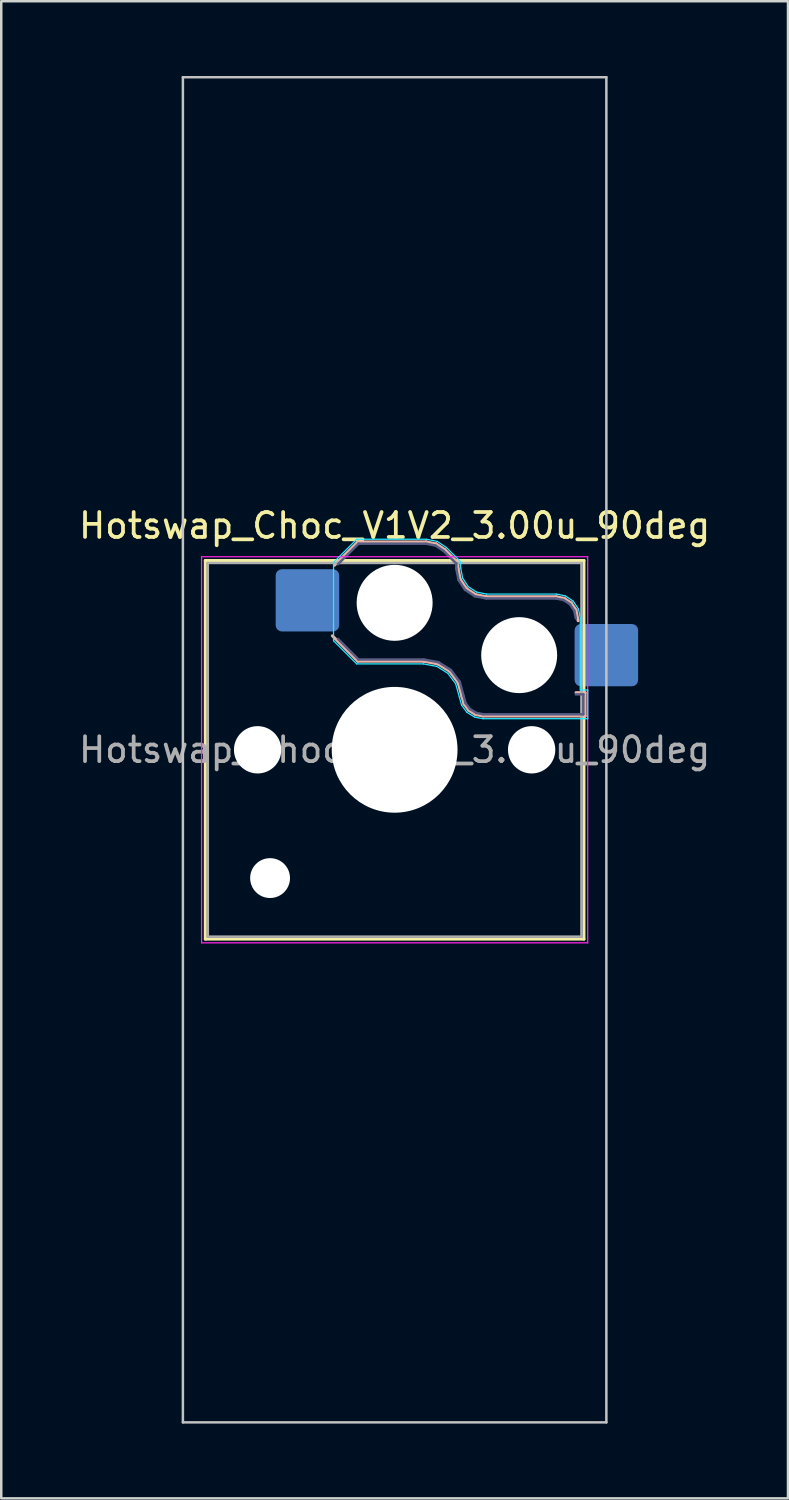
<source format=kicad_pcb>
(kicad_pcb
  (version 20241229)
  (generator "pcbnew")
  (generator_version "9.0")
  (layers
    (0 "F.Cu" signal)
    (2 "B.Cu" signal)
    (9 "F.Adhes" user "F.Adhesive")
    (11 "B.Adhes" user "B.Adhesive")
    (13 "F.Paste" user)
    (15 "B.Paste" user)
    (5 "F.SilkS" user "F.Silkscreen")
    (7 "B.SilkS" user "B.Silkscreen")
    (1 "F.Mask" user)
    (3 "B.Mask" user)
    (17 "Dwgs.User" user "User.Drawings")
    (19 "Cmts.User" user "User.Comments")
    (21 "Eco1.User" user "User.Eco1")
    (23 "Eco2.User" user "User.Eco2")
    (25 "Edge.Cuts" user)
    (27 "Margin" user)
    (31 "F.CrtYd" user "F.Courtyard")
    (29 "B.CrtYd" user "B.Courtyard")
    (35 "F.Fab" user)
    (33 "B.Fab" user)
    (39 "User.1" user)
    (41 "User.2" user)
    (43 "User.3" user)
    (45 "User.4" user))
  (footprint "Hotswap_Choc_V1V2_3.00u_90deg"
    (layer "F.Cu")
    (at 12.792 27.05)
    (property "Reference" "Hotswap_Choc_V1V2_3.00u_90deg" (at 0 -9 0) (layer "F.SilkS") (effects (font (size 1 1) (thickness 0.15))))
    (attr smd)
    (fp_line (start -7.6 -7.6) (end -7.6 7.6) (stroke (width 0.12) (type solid)) (layer "F.SilkS"))
    (fp_line (start -7.6 7.6) (end 7.6 7.6) (stroke (width 0.12) (type solid)) (layer "F.SilkS"))
    (fp_line (start 7.6 -7.6) (end -7.6 -7.6) (stroke (width 0.12) (type solid)) (layer "F.SilkS"))
    (fp_line (start 7.6 7.6) (end 7.6 -7.6) (stroke (width 0.12) (type solid)) (layer "F.SilkS"))
    (fp_line (start -2.416 -7.409) (end -1.479 -8.346) (stroke (width 0.12) (type solid)) (layer "B.SilkS"))
    (fp_line (start -1.479 -8.346) (end 1.268 -8.346) (stroke (width 0.12) (type solid)) (layer "B.SilkS"))
    (fp_line (start -1.479 -3.554) (end -2.5 -4.575) (stroke (width 0.12) (type solid)) (layer "B.SilkS"))
    (fp_line (start 1.168 -3.554) (end -1.479 -3.554) (stroke (width 0.12) (type solid)) (layer "B.SilkS"))
    (fp_line (start 1.268 -8.346) (end 1.671 -8.266) (stroke (width 0.12) (type solid)) (layer "B.SilkS"))
    (fp_line (start 1.671 -8.266) (end 2.013 -8.037) (stroke (width 0.12) (type solid)) (layer "B.SilkS"))
    (fp_line (start 1.73 -3.449) (end 1.168 -3.554) (stroke (width 0.12) (type solid)) (layer "B.SilkS"))
    (fp_line (start 2.013 -8.037) (end 2.546 -7.504) (stroke (width 0.12) (type solid)) (layer "B.SilkS"))
    (fp_line (start 2.209 -3.15) (end 1.73 -3.449) (stroke (width 0.12) (type solid)) (layer "B.SilkS"))
    (fp_line (start 2.546 -7.504) (end 2.546 -7.282) (stroke (width 0.12) (type solid)) (layer "B.SilkS"))
    (fp_line (start 2.546 -7.282) (end 2.633 -6.844) (stroke (width 0.12) (type solid)) (layer "B.SilkS"))
    (fp_line (start 2.547 -2.697) (end 2.209 -3.15) (stroke (width 0.12) (type solid)) (layer "B.SilkS"))
    (fp_line (start 2.633 -6.844) (end 2.877 -6.477) (stroke (width 0.12) (type solid)) (layer "B.SilkS"))
    (fp_line (start 2.701 -2.139) (end 2.547 -2.697) (stroke (width 0.12) (type solid)) (layer "B.SilkS"))
    (fp_line (start 2.783 -1.841) (end 2.701 -2.139) (stroke (width 0.12) (type solid)) (layer "B.SilkS"))
    (fp_line (start 2.877 -6.477) (end 3.244 -6.233) (stroke (width 0.12) (type solid)) (layer "B.SilkS"))
    (fp_line (start 2.976 -1.583) (end 2.783 -1.841) (stroke (width 0.12) (type solid)) (layer "B.SilkS"))
    (fp_line (start 3.244 -6.233) (end 3.682 -6.146) (stroke (width 0.12) (type solid)) (layer "B.SilkS"))
    (fp_line (start 3.25 -1.413) (end 2.976 -1.583) (stroke (width 0.12) (type solid)) (layer "B.SilkS"))
    (fp_line (start 3.56 -1.354) (end 3.25 -1.413) (stroke (width 0.12) (type solid)) (layer "B.SilkS"))
    (fp_line (start 3.682 -6.146) (end 6.482 -6.146) (stroke (width 0.12) (type solid)) (layer "B.SilkS"))
    (fp_line (start 6.482 -6.146) (end 6.809 -6.081) (stroke (width 0.12) (type solid)) (layer "B.SilkS"))
    (fp_line (start 6.809 -6.081) (end 7.092 -5.892) (stroke (width 0.12) (type solid)) (layer "B.SilkS"))
    (fp_line (start 7.092 -5.892) (end 7.281 -5.609) (stroke (width 0.12) (type solid)) (layer "B.SilkS"))
    (fp_line (start 7.281 -5.609) (end 7.366 -5.182) (stroke (width 0.12) (type solid)) (layer "B.SilkS"))
    (fp_line (start 7.283 -2.296) (end 7.646 -2.296) (stroke (width 0.12) (type solid)) (layer "B.SilkS"))
    (fp_line (start 7.646 -2.296) (end 7.646 -1.354) (stroke (width 0.12) (type solid)) (layer "B.SilkS"))
    (fp_line (start 7.646 -1.354) (end 3.56 -1.354) (stroke (width 0.12) (type solid)) (layer "B.SilkS"))
    (fp_line (start -8.5 -27) (end 8.5 -27) (stroke (width 0.1) (type solid)) (layer "Dwgs.User"))
    (fp_line (start -8.5 27) (end -8.5 -27) (stroke (width 0.1) (type solid)) (layer "Dwgs.User"))
    (fp_line (start 8.5 -27) (end 8.5 27) (stroke (width 0.1) (type solid)) (layer "Dwgs.User"))
    (fp_line (start 8.5 27) (end -8.5 27) (stroke (width 0.1) (type solid)) (layer "Dwgs.User"))
    (fp_line (start -7.25 -7.25) (end -7.25 7.25) (stroke (width 0.1) (type solid)) (layer "Eco1.User"))
    (fp_line (start -7.25 7.25) (end 7.25 7.25) (stroke (width 0.1) (type solid)) (layer "Eco1.User"))
    (fp_line (start 7.25 -7.25) (end -7.25 -7.25) (stroke (width 0.1) (type solid)) (layer "Eco1.User"))
    (fp_line (start 7.25 7.25) (end 7.25 -7.25) (stroke (width 0.1) (type solid)) (layer "Eco1.User"))
    (fp_line (start -2.452 -7.523) (end -1.523 -8.452) (stroke (width 0.05) (type solid)) (layer "B.CrtYd"))
    (fp_line (start -2.452 -4.377) (end -2.452 -7.523) (stroke (width 0.05) (type solid)) (layer "B.CrtYd"))
    (fp_line (start -1.523 -8.452) (end 1.278 -8.452) (stroke (width 0.05) (type solid)) (layer "B.CrtYd"))
    (fp_line (start -1.523 -3.448) (end -2.452 -4.377) (stroke (width 0.05) (type solid)) (layer "B.CrtYd"))
    (fp_line (start 1.159 -3.448) (end -1.523 -3.448) (stroke (width 0.05) (type solid)) (layer "B.CrtYd"))
    (fp_line (start 1.278 -8.452) (end 1.712 -8.366) (stroke (width 0.05) (type solid)) (layer "B.CrtYd"))
    (fp_line (start 1.691 -3.348) (end 1.159 -3.448) (stroke (width 0.05) (type solid)) (layer "B.CrtYd"))
    (fp_line (start 1.712 -8.366) (end 2.081 -8.119) (stroke (width 0.05) (type solid)) (layer "B.CrtYd"))
    (fp_line (start 2.081 -8.119) (end 2.652 -7.548) (stroke (width 0.05) (type solid)) (layer "B.CrtYd"))
    (fp_line (start 2.136 -3.071) (end 1.691 -3.348) (stroke (width 0.05) (type solid)) (layer "B.CrtYd"))
    (fp_line (start 2.45 -2.65) (end 2.136 -3.071) (stroke (width 0.05) (type solid)) (layer "B.CrtYd"))
    (fp_line (start 2.599 -2.111) (end 2.45 -2.65) (stroke (width 0.05) (type solid)) (layer "B.CrtYd"))
    (fp_line (start 2.652 -7.548) (end 2.652 -7.292) (stroke (width 0.05) (type solid)) (layer "B.CrtYd"))
    (fp_line (start 2.652 -7.292) (end 2.733 -6.885) (stroke (width 0.05) (type solid)) (layer "B.CrtYd"))
    (fp_line (start 2.687 -1.794) (end 2.599 -2.111) (stroke (width 0.05) (type solid)) (layer "B.CrtYd"))
    (fp_line (start 2.733 -6.885) (end 2.953 -6.553) (stroke (width 0.05) (type solid)) (layer "B.CrtYd"))
    (fp_line (start 2.903 -1.503) (end 2.687 -1.794) (stroke (width 0.05) (type solid)) (layer "B.CrtYd"))
    (fp_line (start 2.953 -6.553) (end 3.285 -6.333) (stroke (width 0.05) (type solid)) (layer "B.CrtYd"))
    (fp_line (start 3.211 -1.312) (end 2.903 -1.503) (stroke (width 0.05) (type solid)) (layer "B.CrtYd"))
    (fp_line (start 3.285 -6.333) (end 3.692 -6.252) (stroke (width 0.05) (type solid)) (layer "B.CrtYd"))
    (fp_line (start 3.55 -1.248) (end 3.211 -1.312) (stroke (width 0.05) (type solid)) (layer "B.CrtYd"))
    (fp_line (start 3.692 -6.252) (end 6.492 -6.252) (stroke (width 0.05) (type solid)) (layer "B.CrtYd"))
    (fp_line (start 6.492 -6.252) (end 6.85 -6.181) (stroke (width 0.05) (type solid)) (layer "B.CrtYd"))
    (fp_line (start 6.85 -6.181) (end 7.168 -5.968) (stroke (width 0.05) (type solid)) (layer "B.CrtYd"))
    (fp_line (start 7.168 -5.968) (end 7.381 -5.65) (stroke (width 0.05) (type solid)) (layer "B.CrtYd"))
    (fp_line (start 7.381 -5.65) (end 7.452 -5.292) (stroke (width 0.05) (type solid)) (layer "B.CrtYd"))
    (fp_line (start 7.452 -5.292) (end 7.452 -2.402) (stroke (width 0.05) (type solid)) (layer "B.CrtYd"))
    (fp_line (start 7.452 -2.402) (end 7.752 -2.402) (stroke (width 0.05) (type solid)) (layer "B.CrtYd"))
    (fp_line (start 7.752 -2.402) (end 7.752 -1.248) (stroke (width 0.05) (type solid)) (layer "B.CrtYd"))
    (fp_line (start 7.752 -1.248) (end 3.55 -1.248) (stroke (width 0.05) (type solid)) (layer "B.CrtYd"))
    (fp_line (start -7.75 -7.75) (end -7.75 7.75) (stroke (width 0.05) (type solid)) (layer "F.CrtYd"))
    (fp_line (start -7.75 7.75) (end 7.75 7.75) (stroke (width 0.05) (type solid)) (layer "F.CrtYd"))
    (fp_line (start 7.75 -7.75) (end -7.75 -7.75) (stroke (width 0.05) (type solid)) (layer "F.CrtYd"))
    (fp_line (start 7.75 7.75) (end 7.75 -7.75) (stroke (width 0.05) (type solid)) (layer "F.CrtYd"))
    (fp_line (start -2.275 -7.45) (end -1.45 -8.275) (stroke (width 0.1) (type solid)) (layer "B.Fab"))
    (fp_line (start -1.45 -8.275) (end 1.261 -8.275) (stroke (width 0.1) (type solid)) (layer "B.Fab"))
    (fp_line (start -1.45 -3.625) (end -2.275 -4.45) (stroke (width 0.1) (type solid)) (layer "B.Fab"))
    (fp_line (start 1.175 -3.625) (end -1.45 -3.625) (stroke (width 0.1) (type solid)) (layer "B.Fab"))
    (fp_line (start 1.261 -8.275) (end 1.643 -8.199) (stroke (width 0.1) (type solid)) (layer "B.Fab"))
    (fp_line (start 1.643 -8.199) (end 1.968 -7.982) (stroke (width 0.1) (type solid)) (layer "B.Fab"))
    (fp_line (start 1.756 -3.516) (end 1.175 -3.625) (stroke (width 0.1) (type solid)) (layer "B.Fab"))
    (fp_line (start 1.968 -7.982) (end 2.475 -7.475) (stroke (width 0.1) (type solid)) (layer "B.Fab"))
    (fp_line (start 2.258 -3.203) (end 1.756 -3.516) (stroke (width 0.1) (type solid)) (layer "B.Fab"))
    (fp_line (start 2.475 -7.475) (end 2.475 -7.275) (stroke (width 0.1) (type solid)) (layer "B.Fab"))
    (fp_line (start 2.475 -7.275) (end 2.566 -6.816) (stroke (width 0.1) (type solid)) (layer "B.Fab"))
    (fp_line (start 2.566 -6.816) (end 2.826 -6.426) (stroke (width 0.1) (type solid)) (layer "B.Fab"))
    (fp_line (start 2.612 -2.729) (end 2.258 -3.203) (stroke (width 0.1) (type solid)) (layer "B.Fab"))
    (fp_line (start 2.769 -2.158) (end 2.612 -2.729) (stroke (width 0.1) (type solid)) (layer "B.Fab"))
    (fp_line (start 2.826 -6.426) (end 3.216 -6.166) (stroke (width 0.1) (type solid)) (layer "B.Fab"))
    (fp_line (start 2.848 -1.873) (end 2.769 -2.158) (stroke (width 0.1) (type solid)) (layer "B.Fab"))
    (fp_line (start 3.025 -1.636) (end 2.848 -1.873) (stroke (width 0.1) (type solid)) (layer "B.Fab"))
    (fp_line (start 3.216 -6.166) (end 3.675 -6.075) (stroke (width 0.1) (type solid)) (layer "B.Fab"))
    (fp_line (start 3.276 -1.48) (end 3.025 -1.636) (stroke (width 0.1) (type solid)) (layer "B.Fab"))
    (fp_line (start 3.567 -1.425) (end 3.276 -1.48) (stroke (width 0.1) (type solid)) (layer "B.Fab"))
    (fp_line (start 3.675 -6.075) (end 6.475 -6.075) (stroke (width 0.1) (type solid)) (layer "B.Fab"))
    (fp_line (start 6.475 -6.075) (end 6.781 -6.014) (stroke (width 0.1) (type solid)) (layer "B.Fab"))
    (fp_line (start 6.781 -6.014) (end 7.041 -5.841) (stroke (width 0.1) (type solid)) (layer "B.Fab"))
    (fp_line (start 7.041 -5.841) (end 7.214 -5.581) (stroke (width 0.1) (type solid)) (layer "B.Fab"))
    (fp_line (start 7.214 -5.581) (end 7.275 -5.275) (stroke (width 0.1) (type solid)) (layer "B.Fab"))
    (fp_line (start 7.275 -2.225) (end 7.575 -2.225) (stroke (width 0.1) (type solid)) (layer "B.Fab"))
    (fp_line (start 7.575 -2.225) (end 7.575 -1.425) (stroke (width 0.1) (type solid)) (layer "B.Fab"))
    (fp_line (start 7.575 -1.425) (end 3.567 -1.425) (stroke (width 0.1) (type solid)) (layer "B.Fab"))
    (fp_line (start -7.5 -7.5) (end -7.5 7.5) (stroke (width 0.1) (type solid)) (layer "F.Fab"))
    (fp_line (start -7.5 7.5) (end 7.5 7.5) (stroke (width 0.1) (type solid)) (layer "F.Fab"))
    (fp_line (start 7.5 -7.5) (end -7.5 -7.5) (stroke (width 0.1) (type solid)) (layer "F.Fab"))
    (fp_line (start 7.5 7.5) (end 7.5 -7.5) (stroke (width 0.1) (type solid)) (layer "F.Fab"))
    (fp_text user "${REFERENCE}" (at 0 0 0) (layer "F.Fab") (effects (font (size 1 1) (thickness 0.15))))
    (pad "" np_thru_hole circle (at -5.5 0) (size 1.9 1.9) (drill 1.9) (layers "*.Cu" "*.Mask"))
    (pad "" np_thru_hole circle (at -5 5.15) (size 1.6 1.6) (drill 1.6) (layers "*.Cu" "*.Mask"))
    (pad "" np_thru_hole circle (at 0 -5.9) (size 3.05 3.05) (drill 3.05) (layers "*.Cu" "*.Mask"))
    (pad "" np_thru_hole circle (at 0 0) (size 5.05 5.05) (drill 5.05) (layers "*.Cu" "*.Mask"))
    (pad "" np_thru_hole circle (at 5 -3.8) (size 3.05 3.05) (drill 3.05) (layers "*.Cu" "*.Mask"))
    (pad "" np_thru_hole circle (at 5.5 0) (size 1.9 1.9) (drill 1.9) (layers "*.Cu" "*.Mask"))
    (pad "1" smd roundrect (at -3.5 -6) (size 2.55 2.5) (layers "B.Cu" "B.Mask" "B.Paste") (roundrect_rratio 0.1))
    (pad "2" smd roundrect (at 8.5 -3.8) (size 2.55 2.5) (layers "B.Cu" "B.Mask" "B.Paste") (roundrect_rratio 0.1)))
  (gr_rect
    (start -3 -3)
    (end 28.583 57.1)
    (stroke (width 0.1) (type default))
    (fill no)
    (layer "Edge.Cuts")))
</source>
